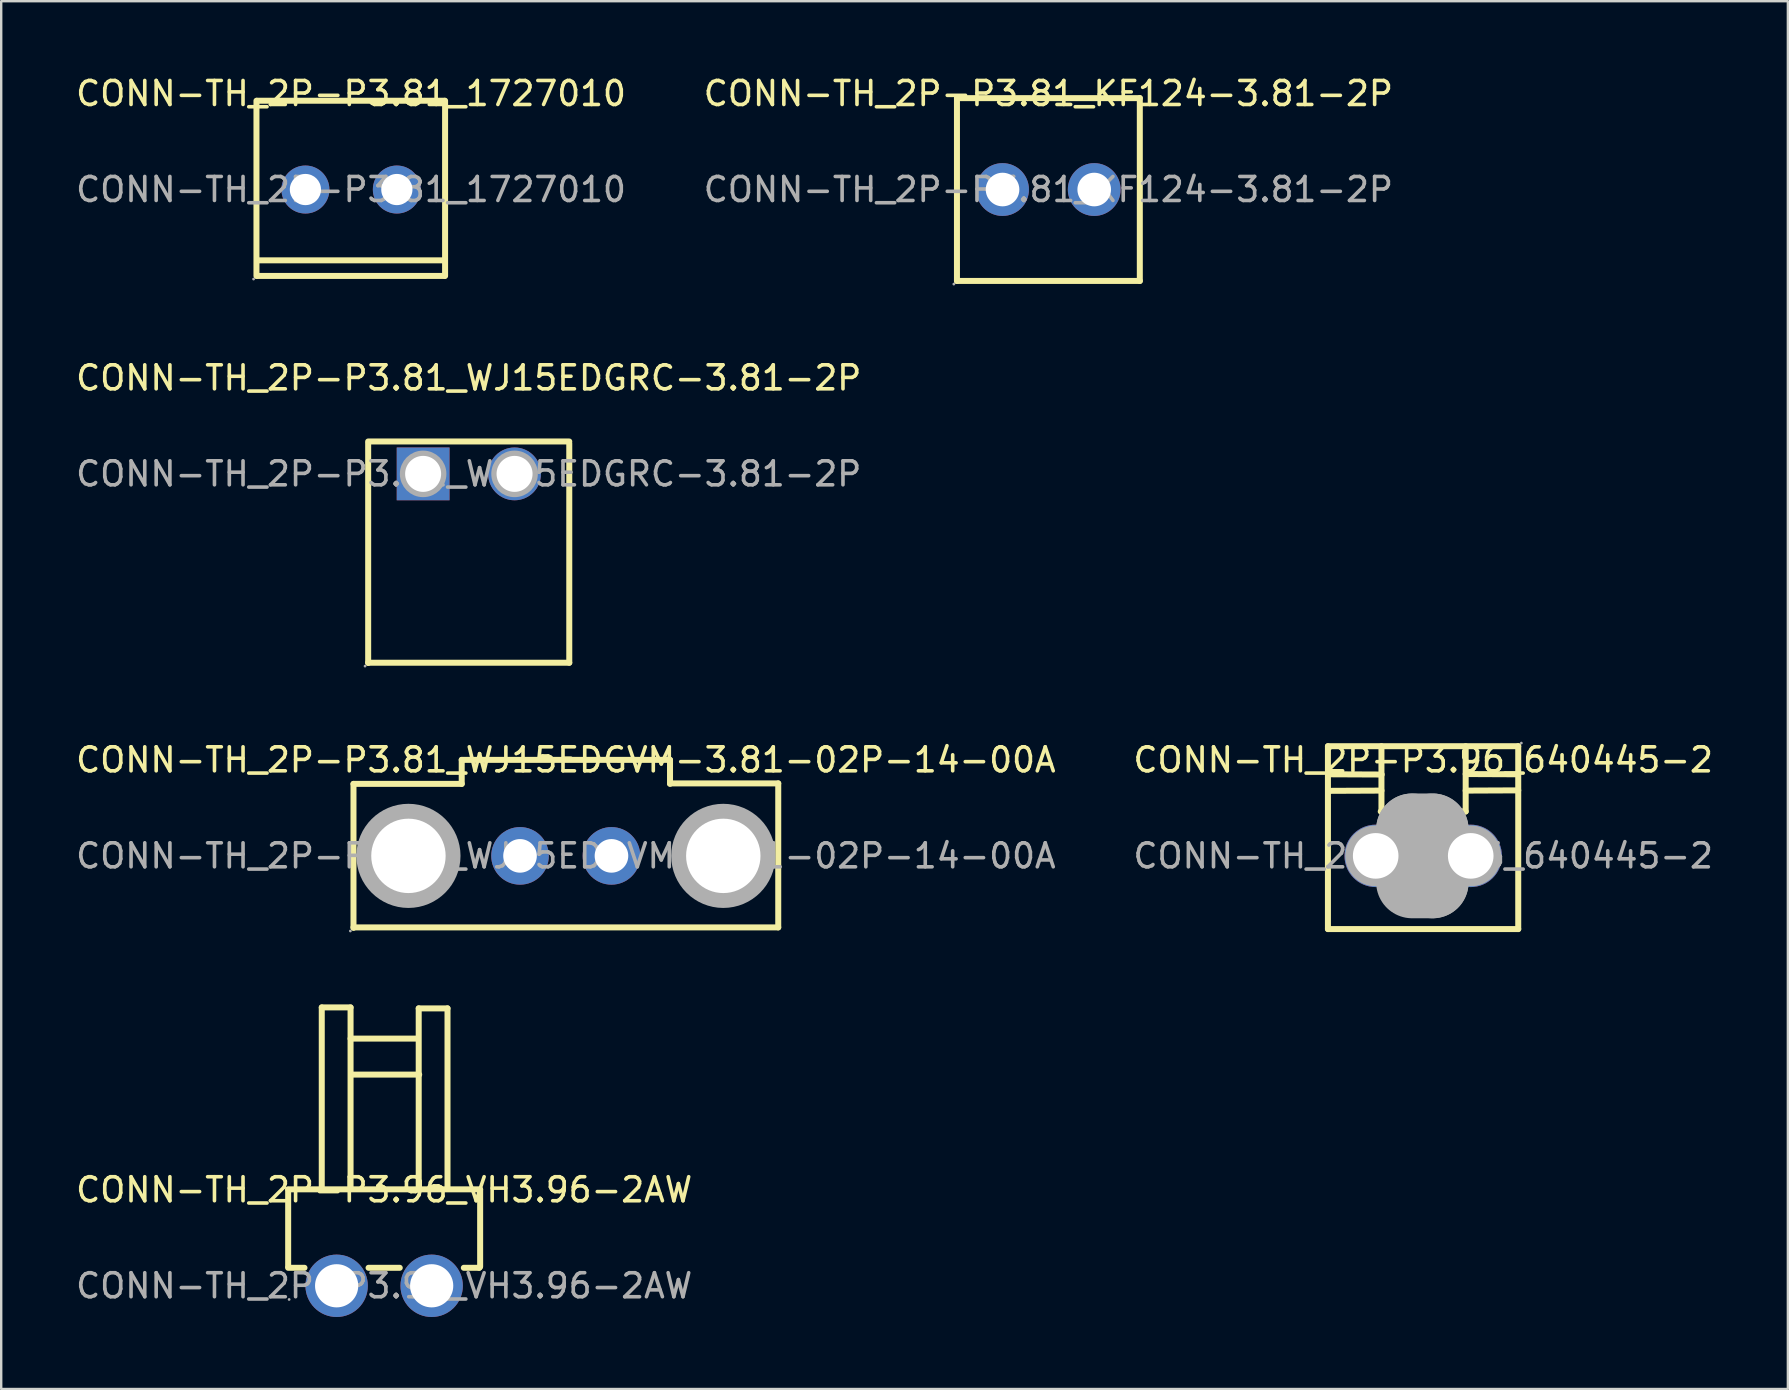
<source format=kicad_pcb>
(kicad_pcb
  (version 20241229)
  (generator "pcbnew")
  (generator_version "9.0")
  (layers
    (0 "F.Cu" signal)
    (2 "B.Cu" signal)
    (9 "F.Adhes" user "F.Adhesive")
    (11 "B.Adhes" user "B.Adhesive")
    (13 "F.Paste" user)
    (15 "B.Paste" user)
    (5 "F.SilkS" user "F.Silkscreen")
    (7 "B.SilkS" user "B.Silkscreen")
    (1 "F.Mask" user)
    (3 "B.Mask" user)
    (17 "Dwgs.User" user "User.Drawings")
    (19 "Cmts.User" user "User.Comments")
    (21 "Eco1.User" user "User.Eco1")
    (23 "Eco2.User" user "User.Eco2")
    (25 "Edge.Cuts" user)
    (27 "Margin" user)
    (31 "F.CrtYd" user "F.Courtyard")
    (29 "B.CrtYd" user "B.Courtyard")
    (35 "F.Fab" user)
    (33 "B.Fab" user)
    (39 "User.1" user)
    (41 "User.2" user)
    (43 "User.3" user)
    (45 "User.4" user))
  (footprint "CONN-TH_2P-P3.81_WJ15EDGVM-3.81-02P-14-00A"
    (layer "F.Cu")
    (at 20.53 32.615)
    (property "Reference" "CONN-TH_2P-P3.81_WJ15EDGVM-3.81-02P-14-00A" (at 0 -4 0) (layer "F.SilkS") (effects (font (size 1 1) (thickness 0.15))))
    (attr through_hole)
    (fp_line (start -8.85 -3) (end -4.34 -3) (stroke (width 0.25) (type solid)) (layer "F.SilkS"))
    (fp_line (start -8.85 3) (end -8.85 -3) (stroke (width 0.25) (type solid)) (layer "F.SilkS"))
    (fp_line (start -4.34 -4) (end -4.34 -3) (stroke (width 0.25) (type solid)) (layer "F.SilkS"))
    (fp_line (start -4.34 -4) (end 4.34 -4) (stroke (width 0.25) (type solid)) (layer "F.SilkS"))
    (fp_line (start 4.34 -4) (end 4.34 -3) (stroke (width 0.25) (type solid)) (layer "F.SilkS"))
    (fp_line (start 8.85 -3.02) (end 4.34 -3.02) (stroke (width 0.25) (type solid)) (layer "F.SilkS"))
    (fp_line (start 8.85 2.98) (end -8.85 2.98) (stroke (width 0.25) (type solid)) (layer "F.SilkS"))
    (fp_line (start 8.85 2.98) (end 8.85 -3.02) (stroke (width 0.25) (type solid)) (layer "F.SilkS"))
    (fp_circle (center -8.98 3.13) (end -8.95 3.13) (stroke (width 0.06) (type solid)) (fill no) (layer "F.Fab"))
    (fp_circle (center -6.56 0) (end -5.84 0) (stroke (width 1.45) (type solid)) (fill no) (layer "F.Fab"))
    (fp_circle (center -1.91 0) (end -1.61 0) (stroke (width 0.6) (type solid)) (fill no) (layer "F.Fab"))
    (fp_circle (center 1.9 0) (end 2.2 0) (stroke (width 0.6) (type solid)) (fill no) (layer "F.Fab"))
    (fp_circle (center 6.56 0) (end 7.28 0) (stroke (width 1.45) (type solid)) (fill no) (layer "F.Fab"))
    (fp_text user "${REFERENCE}" (at 0 0 0) (layer "F.Fab") (effects (font (size 1 1) (thickness 0.15))))
    (pad "" thru_hole circle (at -6.56 0) (size 3.1 3.1) (drill 3.1) (layers "*.Cu" "*.Mask"))
    (pad "" thru_hole circle (at 6.56 0) (size 3.1 3.1) (drill 3.1) (layers "*.Cu" "*.Mask"))
    (pad "1" thru_hole circle (at -1.91 0) (size 2.4 2.4) (drill 1.4) (layers "*.Cu" "*.Paste" "*.Mask"))
    (pad "2" thru_hole circle (at 1.9 0) (size 2.4 2.4) (drill 1.4) (layers "*.Cu" "*.Paste" "*.Mask")))
  (footprint "CONN-TH_2P-P3.81_1727010"
    (layer "F.Cu")
    (at 11.577 4.848)
    (property "Reference" "CONN-TH_2P-P3.81_1727010" (at 0 -4 0) (layer "F.SilkS") (effects (font (size 1 1) (thickness 0.15))))
    (attr through_hole)
    (fp_line (start -3.94 3.6) (end -3.94 -3.7) (stroke (width 0.25) (type solid)) (layer "F.SilkS"))
    (fp_line (start -3.91 -3.7) (end 3.89 -3.7) (stroke (width 0.25) (type solid)) (layer "F.SilkS"))
    (fp_line (start -3.91 2.95) (end 3.89 2.95) (stroke (width 0.25) (type solid)) (layer "F.SilkS"))
    (fp_line (start -3.91 3.6) (end 3.89 3.6) (stroke (width 0.25) (type solid)) (layer "F.SilkS"))
    (fp_line (start 3.92 3.6) (end 3.92 -3.7) (stroke (width 0.25) (type solid)) (layer "F.SilkS"))
    (fp_circle (center -4.06 3.73) (end -4.03 3.73) (stroke (width 0.06) (type solid)) (fill no) (layer "F.Fab"))
    (fp_circle (center -1.9 0) (end -1.62 0) (stroke (width 0.55) (type solid)) (fill no) (layer "F.Fab"))
    (fp_circle (center 1.91 0) (end 2.19 0) (stroke (width 0.55) (type solid)) (fill no) (layer "F.Fab"))
    (fp_text user "${REFERENCE}" (at 0 0 0) (layer "F.Fab") (effects (font (size 1 1) (thickness 0.15))))
    (pad "1" thru_hole circle (at -1.9 0) (size 2 2) (drill 1.3) (layers "*.Cu" "*.Paste" "*.Mask"))
    (pad "2" thru_hole circle (at 1.91 0) (size 2 2) (drill 1.3) (layers "*.Cu" "*.Paste" "*.Mask")))
  (footprint "CONN-TH_2P-P3.81_KF124-3.81-2P"
    (layer "F.Cu")
    (at 40.637 4.848)
    (property "Reference" "CONN-TH_2P-P3.81_KF124-3.81-2P" (at 0 -4 0) (layer "F.SilkS") (effects (font (size 1 1) (thickness 0.15))))
    (attr through_hole)
    (fp_line (start -3.81 -3.81) (end -3.81 3.81) (stroke (width 0.25) (type solid)) (layer "F.SilkS"))
    (fp_line (start -3.81 3.81) (end 3.81 3.81) (stroke (width 0.25) (type solid)) (layer "F.SilkS"))
    (fp_line (start 3.81 -3.81) (end -3.81 -3.81) (stroke (width 0.25) (type solid)) (layer "F.SilkS"))
    (fp_line (start 3.81 3.81) (end 3.81 -3.81) (stroke (width 0.25) (type solid)) (layer "F.SilkS"))
    (fp_circle (center -3.94 3.94) (end -3.91 3.94) (stroke (width 0.06) (type solid)) (fill no) (layer "F.Fab"))
    (fp_circle (center -1.91 0) (end -1.61 0) (stroke (width 0.6) (type solid)) (fill no) (layer "F.Fab"))
    (fp_circle (center 1.91 0) (end 2.21 0) (stroke (width 0.6) (type solid)) (fill no) (layer "F.Fab"))
    (fp_text user "${REFERENCE}" (at 0 0 0) (layer "F.Fab") (effects (font (size 1 1) (thickness 0.15))))
    (pad "1" thru_hole circle (at -1.91 0) (size 2.2 2.2) (drill 1.4) (layers "*.Cu" "*.Paste" "*.Mask"))
    (pad "2" thru_hole circle (at 1.91 0) (size 2.2 2.2) (drill 1.4) (layers "*.Cu" "*.Paste" "*.Mask")))
  (footprint "CONN-TH_2P-P3.81_WJ15EDGRC-3.81-2P"
    (layer "F.Cu")
    (at 16.482 16.697)
    (property "Reference" "CONN-TH_2P-P3.81_WJ15EDGRC-3.81-2P" (at 0 -4 0) (layer "F.SilkS") (effects (font (size 1 1) (thickness 0.15))))
    (attr through_hole)
    (fp_line (start -4.19 -1.35) (end 4.19 -1.35) (stroke (width 0.25) (type solid)) (layer "F.SilkS"))
    (fp_line (start -4.19 -1.27) (end -4.19 7.88) (stroke (width 0.25) (type solid)) (layer "F.SilkS"))
    (fp_line (start -4.19 7.87) (end 4.19 7.87) (stroke (width 0.25) (type solid)) (layer "F.SilkS"))
    (fp_line (start 4.19 -1.27) (end 4.19 7.87) (stroke (width 0.25) (type solid)) (layer "F.SilkS"))
    (fp_circle (center -4.32 8.01) (end -4.29 8.01) (stroke (width 0.06) (type solid)) (fill no) (layer "F.Fab"))
    (fp_circle (center -1.9 0) (end -1.58 0) (stroke (width 0.65) (type solid)) (fill no) (layer "F.Fab"))
    (fp_circle (center 1.91 0) (end 2.23 0) (stroke (width 0.65) (type solid)) (fill no) (layer "F.Fab"))
    (fp_text user "${REFERENCE}" (at 0 0 0) (layer "F.Fab") (effects (font (size 1 1) (thickness 0.15))))
    (pad "1" thru_hole rect (at -1.9 0) (size 2.2 2.2) (drill 1.5) (layers "*.Cu" "*.Paste" "*.Mask"))
    (pad "2" thru_hole circle (at 1.91 0) (size 2.2 2.2) (drill 1.5) (layers "*.Cu" "*.Paste" "*.Mask")))
  (footprint "CONN-TH_2P-P3.96_VH3.96-2AW"
    (layer "F.Cu")
    (at 12.958 50.53)
    (property "Reference" "CONN-TH_2P-P3.96_VH3.96-2AW" (at 0 -4 0) (layer "F.SilkS") (effects (font (size 1 1) (thickness 0.15))))
    (attr through_hole)
    (fp_line (start -4 -4.02) (end 4 -4.02) (stroke (width 0.25) (type solid)) (layer "F.SilkS"))
    (fp_line (start -4 -0.8) (end -4 -4) (stroke (width 0.25) (type solid)) (layer "F.SilkS"))
    (fp_line (start -4 -0.75) (end -3.32 -0.75) (stroke (width 0.25) (type solid)) (layer "F.SilkS"))
    (fp_line (start -2.6 -11.6) (end -1.4 -11.6) (stroke (width 0.25) (type solid)) (layer "F.SilkS"))
    (fp_line (start -2.6 -4.1) (end -2.6 -11.6) (stroke (width 0.25) (type solid)) (layer "F.SilkS"))
    (fp_line (start -1.4 -11.6) (end -1.4 -4.1) (stroke (width 0.25) (type solid)) (layer "F.SilkS"))
    (fp_line (start -1.4 -10.3) (end 1.4 -10.3) (stroke (width 0.25) (type solid)) (layer "F.SilkS"))
    (fp_line (start -1.34 -8.8) (end 1.46 -8.8) (stroke (width 0.25) (type solid)) (layer "F.SilkS"))
    (fp_line (start -0.65 -0.75) (end 0.65 -0.75) (stroke (width 0.25) (type solid)) (layer "F.SilkS"))
    (fp_line (start 1.44 -11.56) (end 2.64 -11.56) (stroke (width 0.25) (type solid)) (layer "F.SilkS"))
    (fp_line (start 1.44 -4.06) (end 1.44 -11.56) (stroke (width 0.25) (type solid)) (layer "F.SilkS"))
    (fp_line (start 2.64 -11.56) (end 2.64 -4.06) (stroke (width 0.25) (type solid)) (layer "F.SilkS"))
    (fp_line (start 3.32 -0.75) (end 3.96 -0.75) (stroke (width 0.25) (type solid)) (layer "F.SilkS"))
    (fp_line (start 3.96 -0.75) (end 3.98 -0.77) (stroke (width 0.25) (type solid)) (layer "F.SilkS"))
    (fp_line (start 4 -0.8) (end 4 -4) (stroke (width 0.25) (type solid)) (layer "F.SilkS"))
    (fp_circle (center -3.96 0.57) (end -3.93 0.57) (stroke (width 0.06) (type solid)) (fill no) (layer "F.Fab"))
    (fp_text user "${REFERENCE}" (at 0 0 0) (layer "F.Fab") (effects (font (size 1 1) (thickness 0.15))))
    (pad "1" thru_hole circle (at -1.98 0) (size 2.6 2.6) (drill 1.8) (layers "*.Cu" "*.Paste" "*.Mask"))
    (pad "2" thru_hole circle (at 1.98 0) (size 2.6 2.6) (drill 1.8) (layers "*.Cu" "*.Paste" "*.Mask")))
  (footprint "CONN-TH_2P-P3.96_640445-2"
    (layer "F.Cu")
    (at 56.256 32.615)
    (property "Reference" "CONN-TH_2P-P3.96_640445-2" (at 0 -4 0) (layer "F.SilkS") (effects (font (size 1 1) (thickness 0.15))))
    (attr through_hole)
    (fp_line (start -3.97 -4.57) (end -3.97 3.05) (stroke (width 0.25) (type solid)) (layer "F.SilkS"))
    (fp_line (start -3.97 -4.57) (end 3.96 -4.57) (stroke (width 0.25) (type solid)) (layer "F.SilkS"))
    (fp_line (start -3.97 3.05) (end 3.96 3.05) (stroke (width 0.25) (type solid)) (layer "F.SilkS"))
    (fp_line (start -3.9 -3.4) (end -1.73 -3.39) (stroke (width 0.25) (type solid)) (layer "F.SilkS"))
    (fp_line (start -3.9 -2.71) (end -1.74 -2.72) (stroke (width 0.25) (type solid)) (layer "F.SilkS"))
    (fp_line (start -1.77 -1.85) (end 1.77 -1.85) (stroke (width 0.25) (type solid)) (layer "F.SilkS"))
    (fp_line (start -1.74 -4.57) (end -1.74 -1.85) (stroke (width 0.25) (type solid)) (layer "F.SilkS"))
    (fp_line (start 1.77 -3.41) (end 3.94 -3.4) (stroke (width 0.25) (type solid)) (layer "F.SilkS"))
    (fp_line (start 1.77 -2.72) (end 3.96 -2.73) (stroke (width 0.25) (type solid)) (layer "F.SilkS"))
    (fp_line (start 1.77 -1.85) (end 1.77 -4.57) (stroke (width 0.25) (type solid)) (layer "F.SilkS"))
    (fp_line (start 3.96 -4.57) (end 3.96 3.05) (stroke (width 0.25) (type solid)) (layer "F.SilkS"))
    (fp_line (start -0.46 -1.1) (end -0.46 -1.1) (stroke (width 3) (type solid)) (layer "F.Fab"))
    (fp_line (start -0.46 -1.1) (end 0.39 -1.1) (stroke (width 3) (type solid)) (layer "F.Fab"))
    (fp_line (start 0.39 -1.1) (end 0.39 1.1) (stroke (width 3) (type solid)) (layer "F.Fab"))
    (fp_line (start 0.39 1.1) (end -0.46 1.1) (stroke (width 3) (type solid)) (layer "F.Fab"))
    (fp_circle (center -1.98 0) (end -1.56 0) (stroke (width 0.85) (type solid)) (fill no) (layer "F.Fab"))
    (fp_circle (center 1.98 0) (end 2.4 0) (stroke (width 0.85) (type solid)) (fill no) (layer "F.Fab"))
    (fp_circle (center 4.09 -4.7) (end 4.12 -4.7) (stroke (width 0.06) (type solid)) (fill no) (layer "F.Fab"))
    (fp_text user "${REFERENCE}" (at 0 0 0) (layer "F.Fab") (effects (font (size 1 1) (thickness 0.15))))
    (pad "1" thru_hole circle (at 1.98 0 180) (size 2.6 2.6) (drill 1.9) (layers "*.Cu" "*.Paste" "*.Mask"))
    (pad "2" thru_hole circle (at -1.98 0 180) (size 2.6 2.6) (drill 1.9) (layers "*.Cu" "*.Paste" "*.Mask")))
  (gr_rect
    (start -3 -3)
    (end 71.452 54.83)
    (stroke (width 0.1) (type default))
    (fill no)
    (layer "Edge.Cuts")))
</source>
